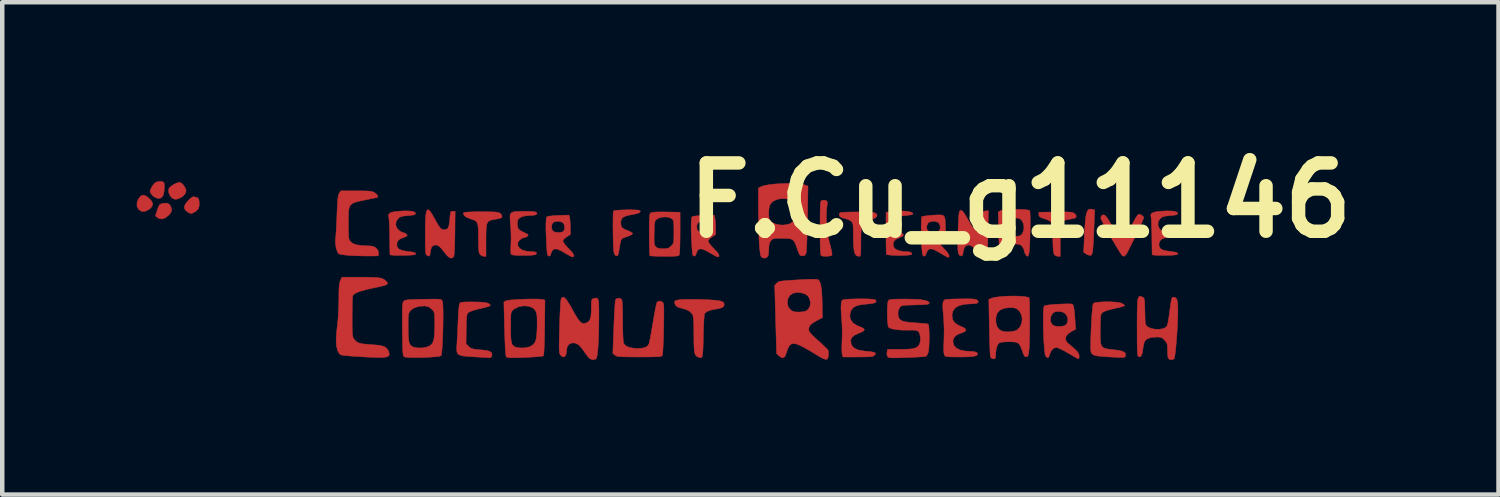
<source format=kicad_pcb>
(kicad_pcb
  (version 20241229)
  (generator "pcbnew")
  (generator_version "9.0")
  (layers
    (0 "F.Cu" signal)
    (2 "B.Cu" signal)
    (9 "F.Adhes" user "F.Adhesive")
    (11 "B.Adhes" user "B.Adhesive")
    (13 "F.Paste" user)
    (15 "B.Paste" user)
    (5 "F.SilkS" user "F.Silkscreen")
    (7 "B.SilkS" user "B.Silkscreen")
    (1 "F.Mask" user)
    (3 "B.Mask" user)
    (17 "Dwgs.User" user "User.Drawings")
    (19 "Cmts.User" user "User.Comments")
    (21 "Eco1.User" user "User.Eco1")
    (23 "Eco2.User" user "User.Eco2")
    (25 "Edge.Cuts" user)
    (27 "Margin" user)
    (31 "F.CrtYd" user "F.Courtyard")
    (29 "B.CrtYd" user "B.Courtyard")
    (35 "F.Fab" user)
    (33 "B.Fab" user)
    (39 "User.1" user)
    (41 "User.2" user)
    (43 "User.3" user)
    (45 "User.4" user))
  (footprint "F.Cu_g11146"
    (layer "F.Cu")
    (at 19.705 1.418)
    (property "Reference" "F.Cu_g11146" (at 0 0 0) (layer "F.SilkS") (effects (font (size 1.524 1.524) (thickness 0.3))))
    (attr through_hole)
    (fp_poly (pts (xy -19.504 -0.099) (xy -19.453 -0.064) (xy -19.381 0.006) (xy -19.35 0.07) (xy -19.361 0.13) (xy -19.413 0.188) (xy -19.438 0.206) (xy -19.522 0.247) (xy -19.596 0.246) (xy -19.66 0.205) (xy -19.66 0.205) (xy -19.699 0.135) (xy -19.7 0.052) (xy -19.665 -0.035) (xy -19.617 -0.096) (xy -19.565 -0.117) (xy -19.504 -0.099)) (stroke (width 0.01) (type solid)) (fill yes) (layer "F.Cu"))
    (fp_poly (pts (xy -18.969 0.097) (xy -18.935 0.167) (xy -18.931 0.183) (xy -18.928 0.23) (xy -18.945 0.272) (xy -18.988 0.325) (xy -18.99 0.326) (xy -19.067 0.39) (xy -19.143 0.416) (xy -19.213 0.403) (xy -19.239 0.387) (xy -19.289 0.346) (xy -19.251 0.231) (xy -19.226 0.156) (xy -19.203 0.111) (xy -19.175 0.085) (xy -19.133 0.071) (xy -19.105 0.064) (xy -19.026 0.062) (xy -18.969 0.097)) (stroke (width 0.01) (type solid)) (fill yes) (layer "F.Cu"))
    (fp_poly (pts (xy -18.39 -0.071) (xy -18.343 -0.053) (xy -18.321 -0.022) (xy -18.313 0.03) (xy -18.313 0.123) (xy -18.333 0.188) (xy -18.379 0.237) (xy -18.402 0.252) (xy -18.457 0.284) (xy -18.495 0.293) (xy -18.531 0.283) (xy -18.553 0.272) (xy -18.619 0.222) (xy -18.645 0.164) (xy -18.63 0.099) (xy -18.575 0.023) (xy -18.554 0.001) (xy -18.5 -0.049) (xy -18.463 -0.075) (xy -18.43 -0.08) (xy -18.39 -0.071)) (stroke (width 0.01) (type solid)) (fill yes) (layer "F.Cu"))
    (fp_poly (pts (xy -19.119 -0.412) (xy -19.1 -0.398) (xy -19.09 -0.356) (xy -19.089 -0.288) (xy -19.095 -0.211) (xy -19.108 -0.14) (xy -19.125 -0.092) (xy -19.126 -0.09) (xy -19.174 -0.05) (xy -19.237 -0.043) (xy -19.305 -0.07) (xy -19.348 -0.104) (xy -19.387 -0.151) (xy -19.408 -0.19) (xy -19.41 -0.198) (xy -19.397 -0.245) (xy -19.365 -0.306) (xy -19.324 -0.363) (xy -19.286 -0.4) (xy -19.282 -0.403) (xy -19.229 -0.419) (xy -19.168 -0.422) (xy -19.119 -0.412)) (stroke (width 0.01) (type solid)) (fill yes) (layer "F.Cu"))
    (fp_poly (pts (xy -18.708 -0.384) (xy -18.664 -0.34) (xy -18.627 -0.283) (xy -18.607 -0.227) (xy -18.605 -0.214) (xy -18.625 -0.149) (xy -18.679 -0.089) (xy -18.759 -0.044) (xy -18.76 -0.044) (xy -18.824 -0.024) (xy -18.869 -0.027) (xy -18.916 -0.053) (xy -18.917 -0.053) (xy -18.963 -0.105) (xy -18.991 -0.172) (xy -18.995 -0.239) (xy -18.982 -0.274) (xy -18.944 -0.312) (xy -18.882 -0.353) (xy -18.814 -0.386) (xy -18.756 -0.402) (xy -18.749 -0.402) (xy -18.708 -0.384)) (stroke (width 0.01) (type solid)) (fill yes) (layer "F.Cu"))
    (fp_poly (pts (xy 1.594 0.198) (xy 1.6 0.2) (xy 1.658 0.214) (xy 1.643 0.595) (xy 1.636 0.777) (xy 1.629 0.92) (xy 1.622 1.03) (xy 1.615 1.111) (xy 1.606 1.166) (xy 1.595 1.201) (xy 1.581 1.22) (xy 1.565 1.227) (xy 1.557 1.228) (xy 1.506 1.216) (xy 1.462 1.193) (xy 1.412 1.158) (xy 1.427 0.81) (xy 1.436 0.626) (xy 1.447 0.481) (xy 1.459 0.37) (xy 1.475 0.29) (xy 1.495 0.236) (xy 1.521 0.206) (xy 1.554 0.194) (xy 1.594 0.198)) (stroke (width 0.01) (type solid)) (fill yes) (layer "F.Cu"))
    (fp_poly (pts (xy -4.343 0.002) (xy -4.314 0.017) (xy -4.303 0.041) (xy -4.306 0.086) (xy -4.311 0.122) (xy -4.318 0.186) (xy -4.324 0.278) (xy -4.327 0.384) (xy -4.327 0.455) (xy -4.324 0.572) (xy -4.316 0.671) (xy -4.299 0.769) (xy -4.272 0.882) (xy -4.257 0.939) (xy -4.231 1.038) (xy -4.212 1.123) (xy -4.201 1.187) (xy -4.199 1.219) (xy -4.199 1.219) (xy -4.225 1.235) (xy -4.278 1.245) (xy -4.343 1.248) (xy -4.405 1.244) (xy -4.44 1.235) (xy -4.448 1.222) (xy -4.454 1.187) (xy -4.459 1.127) (xy -4.463 1.039) (xy -4.465 0.918) (xy -4.466 0.76) (xy -4.466 0.623) (xy -4.466 0.447) (xy -4.465 0.309) (xy -4.464 0.203) (xy -4.461 0.126) (xy -4.457 0.073) (xy -4.451 0.038) (xy -4.444 0.017) (xy -4.434 0.006) (xy -4.429 0.003) (xy -4.377 -0.005) (xy -4.343 0.002)) (stroke (width 0.01) (type solid)) (fill yes) (layer "F.Cu"))
    (fp_poly (pts (xy 1.023 0.258) (xy 1.097 0.261) (xy 1.148 0.267) (xy 1.181 0.277) (xy 1.199 0.286) (xy 1.239 0.326) (xy 1.247 0.366) (xy 1.228 0.391) (xy 1.197 0.402) (xy 1.138 0.414) (xy 1.085 0.424) (xy 1.019 0.436) (xy 0.97 0.452) (xy 0.935 0.477) (xy 0.912 0.518) (xy 0.898 0.58) (xy 0.892 0.669) (xy 0.889 0.791) (xy 0.889 0.891) (xy 0.889 1.249) (xy 0.839 1.249) (xy 0.787 1.235) (xy 0.759 1.214) (xy 0.747 1.185) (xy 0.737 1.13) (xy 0.73 1.045) (xy 0.725 0.924) (xy 0.724 0.845) (xy 0.72 0.711) (xy 0.715 0.612) (xy 0.705 0.541) (xy 0.687 0.493) (xy 0.658 0.461) (xy 0.616 0.438) (xy 0.556 0.416) (xy 0.527 0.407) (xy 0.461 0.383) (xy 0.426 0.361) (xy 0.414 0.334) (xy 0.413 0.318) (xy 0.413 0.265) (xy 0.781 0.259) (xy 0.92 0.257) (xy 1.023 0.258)) (stroke (width 0.01) (type solid)) (fill yes) (layer "F.Cu"))
    (fp_poly (pts (xy -11.885 0.255) (xy -11.78 0.257) (xy -11.704 0.261) (xy -11.653 0.268) (xy -11.62 0.278) (xy -11.604 0.287) (xy -11.566 0.328) (xy -11.559 0.368) (xy -11.578 0.391) (xy -11.609 0.402) (xy -11.667 0.414) (xy -11.721 0.424) (xy -11.787 0.436) (xy -11.836 0.452) (xy -11.871 0.477) (xy -11.894 0.518) (xy -11.908 0.58) (xy -11.914 0.669) (xy -11.917 0.791) (xy -11.917 0.891) (xy -11.917 1.249) (xy -11.969 1.249) (xy -12.021 1.231) (xy -12.053 1.202) (xy -12.067 1.174) (xy -12.076 1.131) (xy -12.082 1.066) (xy -12.085 0.972) (xy -12.086 0.843) (xy -12.086 0.838) (xy -12.087 0.704) (xy -12.091 0.605) (xy -12.101 0.536) (xy -12.12 0.488) (xy -12.152 0.456) (xy -12.198 0.434) (xy -12.262 0.413) (xy -12.27 0.411) (xy -12.349 0.379) (xy -12.401 0.34) (xy -12.421 0.298) (xy -12.414 0.275) (xy -12.389 0.267) (xy -12.327 0.261) (xy -12.233 0.257) (xy -12.112 0.254) (xy -12.026 0.254) (xy -11.885 0.255)) (stroke (width 0.01) (type solid)) (fill yes) (layer "F.Cu"))
    (fp_poly (pts (xy 2.671 0.314) (xy 2.715 0.337) (xy 2.747 0.369) (xy 2.752 0.385) (xy 2.743 0.413) (xy 2.718 0.471) (xy 2.681 0.553) (xy 2.635 0.652) (xy 2.584 0.76) (xy 2.531 0.87) (xy 2.479 0.976) (xy 2.431 1.071) (xy 2.392 1.147) (xy 2.364 1.197) (xy 2.354 1.212) (xy 2.321 1.243) (xy 2.292 1.244) (xy 2.273 1.233) (xy 2.254 1.209) (xy 2.218 1.154) (xy 2.17 1.076) (xy 2.113 0.981) (xy 2.051 0.875) (xy 1.988 0.765) (xy 1.928 0.659) (xy 1.875 0.562) (xy 1.832 0.481) (xy 1.803 0.424) (xy 1.793 0.397) (xy 1.805 0.352) (xy 1.824 0.332) (xy 1.852 0.322) (xy 1.88 0.33) (xy 1.913 0.361) (xy 1.956 0.421) (xy 2.012 0.513) (xy 2.024 0.533) (xy 2.097 0.653) (xy 2.155 0.737) (xy 2.203 0.792) (xy 2.245 0.819) (xy 2.274 0.826) (xy 2.306 0.821) (xy 2.336 0.803) (xy 2.368 0.767) (xy 2.406 0.706) (xy 2.454 0.617) (xy 2.494 0.537) (xy 2.54 0.45) (xy 2.581 0.378) (xy 2.614 0.329) (xy 2.632 0.311) (xy 2.671 0.314)) (stroke (width 0.01) (type solid)) (fill yes) (layer "F.Cu"))
    (fp_poly (pts (xy -8.623 0.212) (xy -8.547 0.215) (xy -8.496 0.222) (xy -8.48 0.229) (xy -8.477 0.257) (xy -8.508 0.28) (xy -8.576 0.302) (xy -8.666 0.319) (xy -8.774 0.341) (xy -8.847 0.369) (xy -8.889 0.408) (xy -8.908 0.462) (xy -8.911 0.505) (xy -8.904 0.567) (xy -8.878 0.612) (xy -8.825 0.647) (xy -8.744 0.679) (xy -8.688 0.704) (xy -8.652 0.73) (xy -8.647 0.742) (xy -8.666 0.764) (xy -8.716 0.789) (xy -8.757 0.803) (xy -8.824 0.826) (xy -8.876 0.85) (xy -8.893 0.862) (xy -8.908 0.894) (xy -8.924 0.957) (xy -8.938 1.038) (xy -8.941 1.062) (xy -8.957 1.159) (xy -8.974 1.218) (xy -8.996 1.241) (xy -9.023 1.232) (xy -9.043 1.212) (xy -9.055 1.193) (xy -9.063 1.161) (xy -9.07 1.111) (xy -9.075 1.038) (xy -9.079 0.935) (xy -9.082 0.798) (xy -9.083 0.72) (xy -9.085 0.584) (xy -9.084 0.462) (xy -9.083 0.36) (xy -9.079 0.285) (xy -9.075 0.244) (xy -9.073 0.238) (xy -9.048 0.229) (xy -8.989 0.221) (xy -8.908 0.215) (xy -8.813 0.212) (xy -8.715 0.21) (xy -8.623 0.212)) (stroke (width 0.01) (type solid)) (fill yes) (layer "F.Cu"))
    (fp_poly (pts (xy -3.426 0.26) (xy -3.334 0.264) (xy -3.272 0.27) (xy -3.252 0.274) (xy -3.206 0.304) (xy -3.195 0.341) (xy -3.216 0.377) (xy -3.263 0.407) (xy -3.331 0.422) (xy -3.355 0.423) (xy -3.438 0.439) (xy -3.504 0.482) (xy -3.533 0.522) (xy -3.542 0.564) (xy -3.549 0.642) (xy -3.554 0.75) (xy -3.556 0.881) (xy -3.556 0.911) (xy -3.556 1.038) (xy -3.558 1.129) (xy -3.561 1.189) (xy -3.567 1.225) (xy -3.576 1.243) (xy -3.589 1.248) (xy -3.593 1.249) (xy -3.641 1.239) (xy -3.657 1.231) (xy -3.684 1.198) (xy -3.704 1.135) (xy -3.717 1.04) (xy -3.724 0.909) (xy -3.725 0.789) (xy -3.726 0.675) (xy -3.728 0.595) (xy -3.733 0.541) (xy -3.742 0.507) (xy -3.756 0.483) (xy -3.771 0.467) (xy -3.825 0.433) (xy -3.89 0.411) (xy -3.893 0.41) (xy -3.978 0.389) (xy -4.025 0.361) (xy -4.04 0.323) (xy -4.039 0.311) (xy -4.035 0.294) (xy -4.025 0.282) (xy -4.003 0.273) (xy -3.962 0.267) (xy -3.897 0.264) (xy -3.802 0.261) (xy -3.67 0.259) (xy -3.67 0.259) (xy -3.541 0.258) (xy -3.426 0.26)) (stroke (width 0.01) (type solid)) (fill yes) (layer "F.Cu"))
    (fp_poly (pts (xy -2.562 0.241) (xy -2.482 0.252) (xy -2.424 0.268) (xy -2.395 0.289) (xy -2.4 0.312) (xy -2.427 0.321) (xy -2.486 0.33) (xy -2.564 0.338) (xy -2.587 0.34) (xy -2.675 0.348) (xy -2.732 0.359) (xy -2.77 0.375) (xy -2.8 0.402) (xy -2.808 0.41) (xy -2.849 0.485) (xy -2.852 0.562) (xy -2.82 0.633) (xy -2.758 0.69) (xy -2.687 0.72) (xy -2.626 0.745) (xy -2.607 0.773) (xy -2.629 0.803) (xy -2.683 0.827) (xy -2.774 0.869) (xy -2.826 0.924) (xy -2.838 0.992) (xy -2.815 1.059) (xy -2.775 1.094) (xy -2.704 1.123) (xy -2.614 1.14) (xy -2.551 1.143) (xy -2.476 1.15) (xy -2.43 1.168) (xy -2.418 1.195) (xy -2.422 1.204) (xy -2.449 1.215) (xy -2.507 1.222) (xy -2.587 1.227) (xy -2.679 1.229) (xy -2.774 1.228) (xy -2.862 1.224) (xy -2.933 1.218) (xy -2.978 1.208) (xy -2.988 1.201) (xy -2.99 1.173) (xy -2.992 1.109) (xy -2.994 1.016) (xy -2.995 0.9) (xy -2.995 0.769) (xy -2.995 0.72) (xy -2.995 0.265) (xy -2.868 0.248) (xy -2.762 0.238) (xy -2.658 0.236) (xy -2.562 0.241)) (stroke (width 0.01) (type solid)) (fill yes) (layer "F.Cu"))
    (fp_poly (pts (xy -13.195 0.213) (xy -13.161 0.248) (xy -13.117 0.313) (xy -13.07 0.397) (xy -13.012 0.502) (xy -12.968 0.574) (xy -12.933 0.62) (xy -12.901 0.645) (xy -12.868 0.655) (xy -12.847 0.656) (xy -12.799 0.648) (xy -12.766 0.621) (xy -12.744 0.568) (xy -12.729 0.482) (xy -12.724 0.418) (xy -12.717 0.332) (xy -12.709 0.281) (xy -12.698 0.254) (xy -12.679 0.245) (xy -12.658 0.243) (xy -12.605 0.243) (xy -12.61 0.738) (xy -12.613 0.927) (xy -12.617 1.074) (xy -12.624 1.179) (xy -12.632 1.242) (xy -12.639 1.262) (xy -12.683 1.289) (xy -12.735 1.276) (xy -12.792 1.224) (xy -12.8 1.214) (xy -12.872 1.122) (xy -12.926 1.059) (xy -12.968 1.02) (xy -13.002 1.001) (xy -13.035 0.995) (xy -13.038 0.995) (xy -13.092 1.005) (xy -13.128 1.039) (xy -13.15 1.104) (xy -13.158 1.15) (xy -13.167 1.213) (xy -13.178 1.241) (xy -13.198 1.243) (xy -13.231 1.227) (xy -13.244 1.217) (xy -13.254 1.202) (xy -13.262 1.174) (xy -13.266 1.129) (xy -13.269 1.061) (xy -13.271 0.965) (xy -13.271 0.835) (xy -13.271 0.749) (xy -13.27 0.563) (xy -13.265 0.418) (xy -13.257 0.312) (xy -13.243 0.244) (xy -13.222 0.211) (xy -13.195 0.213)) (stroke (width 0.01) (type solid)) (fill yes) (layer "F.Cu"))
    (fp_poly (pts (xy -7.225 2.209) (xy -7.101 2.212) (xy -6.941 2.219) (xy -6.819 2.226) (xy -6.729 2.237) (xy -6.668 2.251) (xy -6.629 2.269) (xy -6.61 2.294) (xy -6.604 2.326) (xy -6.604 2.328) (xy -6.617 2.367) (xy -6.658 2.395) (xy -6.734 2.416) (xy -6.796 2.425) (xy -6.904 2.447) (xy -6.988 2.48) (xy -7.039 2.52) (xy -7.042 2.524) (xy -7.047 2.552) (xy -7.053 2.616) (xy -7.059 2.71) (xy -7.064 2.826) (xy -7.068 2.959) (xy -7.07 3.027) (xy -7.073 3.186) (xy -7.077 3.308) (xy -7.083 3.397) (xy -7.091 3.457) (xy -7.102 3.492) (xy -7.119 3.509) (xy -7.141 3.51) (xy -7.171 3.5) (xy -7.19 3.493) (xy -7.22 3.476) (xy -7.243 3.452) (xy -7.26 3.415) (xy -7.27 3.358) (xy -7.277 3.276) (xy -7.28 3.164) (xy -7.281 3.016) (xy -7.281 2.995) (xy -7.282 2.844) (xy -7.285 2.73) (xy -7.29 2.647) (xy -7.297 2.589) (xy -7.308 2.551) (xy -7.312 2.542) (xy -7.366 2.481) (xy -7.453 2.433) (xy -7.558 2.405) (xy -7.644 2.379) (xy -7.694 2.335) (xy -7.71 2.287) (xy -7.709 2.255) (xy -7.691 2.236) (xy -7.646 2.224) (xy -7.609 2.217) (xy -7.554 2.212) (xy -7.466 2.209) (xy -7.353 2.208) (xy -7.225 2.209)) (stroke (width 0.01) (type solid)) (fill yes) (layer "F.Cu"))
    (fp_poly (pts (xy -1.298 0.234) (xy -1.264 0.271) (xy -1.22 0.339) (xy -1.165 0.434) (xy -1.113 0.526) (xy -1.074 0.588) (xy -1.045 0.625) (xy -1.018 0.644) (xy -0.989 0.651) (xy -0.983 0.652) (xy -0.925 0.648) (xy -0.885 0.622) (xy -0.86 0.566) (xy -0.846 0.477) (xy -0.842 0.412) (xy -0.839 0.328) (xy -0.833 0.278) (xy -0.822 0.252) (xy -0.803 0.241) (xy -0.775 0.236) (xy -0.714 0.23) (xy -0.723 0.741) (xy -0.727 0.906) (xy -0.73 1.034) (xy -0.735 1.129) (xy -0.74 1.196) (xy -0.747 1.239) (xy -0.756 1.263) (xy -0.763 1.271) (xy -0.812 1.289) (xy -0.864 1.274) (xy -0.871 1.269) (xy -0.902 1.24) (xy -0.941 1.188) (xy -0.961 1.155) (xy -1.026 1.067) (xy -1.092 1.014) (xy -1.155 0.994) (xy -1.21 1.009) (xy -1.251 1.059) (xy -1.273 1.142) (xy -1.274 1.152) (xy -1.287 1.217) (xy -1.313 1.243) (xy -1.35 1.228) (xy -1.363 1.217) (xy -1.377 1.195) (xy -1.387 1.159) (xy -1.393 1.103) (xy -1.395 1.018) (xy -1.395 0.914) (xy -1.392 0.785) (xy -1.388 0.645) (xy -1.383 0.515) (xy -1.379 0.434) (xy -1.372 0.337) (xy -1.365 0.275) (xy -1.355 0.241) (xy -1.342 0.225) (xy -1.324 0.222) (xy -1.298 0.234)) (stroke (width 0.01) (type solid)) (fill yes) (layer "F.Cu"))
    (fp_poly (pts (xy -13.616 0.238) (xy -13.538 0.25) (xy -13.495 0.271) (xy -13.487 0.293) (xy -13.5 0.312) (xy -13.532 0.325) (xy -13.594 0.334) (xy -13.657 0.34) (xy -13.748 0.349) (xy -13.809 0.362) (xy -13.851 0.383) (xy -13.874 0.402) (xy -13.92 0.47) (xy -13.929 0.548) (xy -13.901 0.622) (xy -13.863 0.665) (xy -13.812 0.7) (xy -13.768 0.719) (xy -13.761 0.72) (xy -13.718 0.733) (xy -13.683 0.763) (xy -13.674 0.786) (xy -13.692 0.801) (xy -13.737 0.821) (xy -13.753 0.827) (xy -13.839 0.863) (xy -13.888 0.91) (xy -13.906 0.972) (xy -13.906 0.987) (xy -13.895 1.045) (xy -13.858 1.087) (xy -13.79 1.117) (xy -13.687 1.136) (xy -13.655 1.14) (xy -13.565 1.151) (xy -13.511 1.163) (xy -13.488 1.178) (xy -13.489 1.198) (xy -13.493 1.205) (xy -13.517 1.213) (xy -13.574 1.22) (xy -13.652 1.224) (xy -13.744 1.227) (xy -13.838 1.228) (xy -13.926 1.227) (xy -13.998 1.223) (xy -14.045 1.218) (xy -14.057 1.212) (xy -14.059 1.186) (xy -14.06 1.126) (xy -14.062 1.037) (xy -14.063 0.927) (xy -14.065 0.815) (xy -14.067 0.689) (xy -14.07 0.574) (xy -14.075 0.479) (xy -14.08 0.411) (xy -14.084 0.381) (xy -14.09 0.329) (xy -14.072 0.292) (xy -14.025 0.267) (xy -13.943 0.25) (xy -13.861 0.242) (xy -13.725 0.235) (xy -13.616 0.238)) (stroke (width 0.01) (type solid)) (fill yes) (layer "F.Cu"))
    (fp_poly (pts (xy -12.063 2.268) (xy -11.956 2.276) (xy -11.883 2.29) (xy -11.838 2.312) (xy -11.817 2.34) (xy -11.834 2.355) (xy -11.885 2.374) (xy -11.966 2.396) (xy -12.027 2.41) (xy -12.124 2.433) (xy -12.21 2.458) (xy -12.274 2.482) (xy -12.298 2.495) (xy -12.318 2.511) (xy -12.332 2.53) (xy -12.342 2.558) (xy -12.348 2.603) (xy -12.352 2.671) (xy -12.355 2.769) (xy -12.357 2.866) (xy -12.362 3.198) (xy -12.303 3.257) (xy -12.27 3.287) (xy -12.233 3.306) (xy -12.181 3.318) (xy -12.104 3.328) (xy -12.055 3.332) (xy -11.945 3.343) (xy -11.869 3.356) (xy -11.822 3.374) (xy -11.795 3.4) (xy -11.784 3.427) (xy -11.787 3.473) (xy -11.814 3.505) (xy -11.842 3.511) (xy -11.87 3.508) (xy -11.932 3.504) (xy -12.021 3.499) (xy -12.127 3.493) (xy -12.181 3.49) (xy -12.321 3.481) (xy -12.424 3.471) (xy -12.494 3.454) (xy -12.539 3.428) (xy -12.563 3.387) (xy -12.571 3.327) (xy -12.568 3.244) (xy -12.564 3.186) (xy -12.559 3.093) (xy -12.552 2.972) (xy -12.546 2.837) (xy -12.54 2.702) (xy -12.538 2.667) (xy -12.533 2.551) (xy -12.526 2.448) (xy -12.518 2.366) (xy -12.51 2.314) (xy -12.506 2.302) (xy -12.494 2.287) (xy -12.47 2.276) (xy -12.428 2.27) (xy -12.361 2.266) (xy -12.262 2.265) (xy -12.207 2.265) (xy -12.063 2.268)) (stroke (width 0.01) (type solid)) (fill yes) (layer "F.Cu"))
    (fp_poly (pts (xy -10.949 0.246) (xy -10.863 0.251) (xy -10.811 0.26) (xy -10.791 0.271) (xy -10.778 0.3) (xy -10.805 0.322) (xy -10.87 0.335) (xy -10.95 0.338) (xy -11.054 0.348) (xy -11.138 0.374) (xy -11.193 0.413) (xy -11.205 0.435) (xy -11.217 0.498) (xy -11.215 0.57) (xy -11.199 0.628) (xy -11.192 0.641) (xy -11.158 0.669) (xy -11.1 0.702) (xy -11.063 0.719) (xy -11.004 0.746) (xy -10.978 0.767) (xy -10.98 0.786) (xy -10.986 0.794) (xy -11.022 0.821) (xy -11.042 0.826) (xy -11.103 0.841) (xy -11.162 0.88) (xy -11.201 0.93) (xy -11.206 0.943) (xy -11.205 1.013) (xy -11.166 1.07) (xy -11.096 1.113) (xy -10.997 1.138) (xy -10.918 1.143) (xy -10.835 1.148) (xy -10.793 1.164) (xy -10.792 1.191) (xy -10.797 1.198) (xy -10.82 1.212) (xy -10.866 1.22) (xy -10.941 1.226) (xy -11.051 1.228) (xy -11.084 1.228) (xy -11.196 1.227) (xy -11.273 1.224) (xy -11.321 1.218) (xy -11.348 1.208) (xy -11.36 1.194) (xy -11.36 1.194) (xy -11.364 1.159) (xy -11.365 1.093) (xy -11.362 1.008) (xy -11.36 0.967) (xy -11.357 0.857) (xy -11.359 0.727) (xy -11.365 0.598) (xy -11.37 0.543) (xy -11.38 0.431) (xy -11.382 0.351) (xy -11.37 0.298) (xy -11.338 0.267) (xy -11.28 0.252) (xy -11.191 0.246) (xy -11.072 0.245) (xy -10.949 0.246)) (stroke (width 0.01) (type solid)) (fill yes) (layer "F.Cu"))
    (fp_poly (pts (xy 3.381 0.238) (xy 3.459 0.25) (xy 3.502 0.271) (xy 3.509 0.293) (xy 3.497 0.312) (xy 3.464 0.325) (xy 3.403 0.334) (xy 3.339 0.34) (xy 3.249 0.349) (xy 3.188 0.362) (xy 3.146 0.383) (xy 3.123 0.402) (xy 3.076 0.47) (xy 3.068 0.548) (xy 3.096 0.622) (xy 3.134 0.665) (xy 3.185 0.7) (xy 3.228 0.719) (xy 3.236 0.72) (xy 3.279 0.733) (xy 3.314 0.763) (xy 3.323 0.786) (xy 3.305 0.801) (xy 3.26 0.821) (xy 3.244 0.827) (xy 3.158 0.863) (xy 3.109 0.91) (xy 3.091 0.972) (xy 3.09 0.987) (xy 3.102 1.045) (xy 3.139 1.087) (xy 3.206 1.117) (xy 3.31 1.136) (xy 3.342 1.14) (xy 3.432 1.151) (xy 3.485 1.163) (xy 3.509 1.178) (xy 3.508 1.198) (xy 3.504 1.205) (xy 3.479 1.213) (xy 3.423 1.22) (xy 3.344 1.224) (xy 3.253 1.227) (xy 3.159 1.228) (xy 3.071 1.227) (xy 2.999 1.223) (xy 2.952 1.218) (xy 2.94 1.212) (xy 2.938 1.187) (xy 2.937 1.126) (xy 2.936 1.037) (xy 2.934 0.926) (xy 2.933 0.804) (xy 2.931 0.677) (xy 2.927 0.562) (xy 2.923 0.468) (xy 2.919 0.4) (xy 2.914 0.369) (xy 2.908 0.322) (xy 2.93 0.288) (xy 2.983 0.264) (xy 3.071 0.248) (xy 3.136 0.242) (xy 3.272 0.235) (xy 3.381 0.238)) (stroke (width 0.01) (type solid)) (fill yes) (layer "F.Cu"))
    (fp_poly (pts (xy -10.052 0.381) (xy -10.045 0.428) (xy -10.039 0.502) (xy -10.035 0.588) (xy -10.035 0.598) (xy -10.033 0.761) (xy -10.118 0.815) (xy -10.173 0.859) (xy -10.201 0.9) (xy -10.202 0.909) (xy -10.188 0.942) (xy -10.15 0.993) (xy -10.094 1.055) (xy -10.073 1.077) (xy -10.001 1.153) (xy -9.963 1.208) (xy -9.957 1.244) (xy -9.981 1.263) (xy -10.007 1.255) (xy -10.059 1.229) (xy -10.128 1.191) (xy -10.155 1.174) (xy -10.26 1.115) (xy -10.339 1.085) (xy -10.396 1.085) (xy -10.436 1.114) (xy -10.463 1.173) (xy -10.468 1.192) (xy -10.49 1.237) (xy -10.517 1.244) (xy -10.533 1.234) (xy -10.545 1.206) (xy -10.554 1.153) (xy -10.562 1.067) (xy -10.565 1.016) (xy -10.575 0.816) (xy -10.58 0.65) (xy -10.58 0.593) (xy -10.456 0.593) (xy -10.445 0.649) (xy -10.423 0.686) (xy -10.375 0.71) (xy -10.306 0.719) (xy -10.236 0.711) (xy -10.201 0.698) (xy -10.17 0.66) (xy -10.16 0.602) (xy -10.173 0.541) (xy -10.195 0.504) (xy -10.245 0.476) (xy -10.314 0.466) (xy -10.381 0.476) (xy -10.423 0.499) (xy -10.448 0.544) (xy -10.456 0.593) (xy -10.58 0.593) (xy -10.58 0.52) (xy -10.574 0.428) (xy -10.564 0.375) (xy -10.557 0.365) (xy -10.526 0.355) (xy -10.462 0.347) (xy -10.377 0.339) (xy -10.299 0.336) (xy -10.067 0.328) (xy -10.052 0.381)) (stroke (width 0.01) (type solid)) (fill yes) (layer "F.Cu"))
    (fp_poly (pts (xy -6.814 0.381) (xy -6.806 0.428) (xy -6.8 0.502) (xy -6.797 0.588) (xy -6.797 0.598) (xy -6.795 0.761) (xy -6.879 0.815) (xy -6.935 0.859) (xy -6.962 0.9) (xy -6.964 0.909) (xy -6.949 0.942) (xy -6.911 0.993) (xy -6.856 1.055) (xy -6.835 1.077) (xy -6.763 1.153) (xy -6.724 1.208) (xy -6.719 1.244) (xy -6.743 1.263) (xy -6.769 1.255) (xy -6.821 1.229) (xy -6.889 1.191) (xy -6.917 1.174) (xy -7.022 1.115) (xy -7.101 1.085) (xy -7.157 1.085) (xy -7.197 1.114) (xy -7.224 1.173) (xy -7.229 1.192) (xy -7.252 1.237) (xy -7.279 1.244) (xy -7.295 1.234) (xy -7.307 1.206) (xy -7.316 1.153) (xy -7.323 1.067) (xy -7.326 1.016) (xy -7.337 0.816) (xy -7.342 0.65) (xy -7.342 0.593) (xy -7.218 0.593) (xy -7.207 0.649) (xy -7.185 0.686) (xy -7.136 0.71) (xy -7.067 0.719) (xy -6.997 0.711) (xy -6.962 0.698) (xy -6.931 0.66) (xy -6.922 0.602) (xy -6.934 0.541) (xy -6.957 0.504) (xy -7.007 0.476) (xy -7.075 0.466) (xy -7.143 0.476) (xy -7.185 0.499) (xy -7.209 0.544) (xy -7.218 0.593) (xy -7.342 0.593) (xy -7.341 0.52) (xy -7.336 0.428) (xy -7.325 0.375) (xy -7.318 0.365) (xy -7.287 0.355) (xy -7.224 0.347) (xy -7.138 0.339) (xy -7.06 0.336) (xy -6.829 0.328) (xy -6.814 0.381)) (stroke (width 0.01) (type solid)) (fill yes) (layer "F.Cu"))
    (fp_poly (pts (xy -3.463 2.197) (xy -3.367 2.2) (xy -3.291 2.205) (xy -3.244 2.213) (xy -3.235 2.218) (xy -3.214 2.251) (xy -3.229 2.277) (xy -3.282 2.296) (xy -3.374 2.309) (xy -3.425 2.313) (xy -3.556 2.327) (xy -3.652 2.35) (xy -3.719 2.385) (xy -3.764 2.436) (xy -3.782 2.471) (xy -3.804 2.57) (xy -3.787 2.659) (xy -3.731 2.735) (xy -3.639 2.795) (xy -3.584 2.816) (xy -3.511 2.847) (xy -3.479 2.876) (xy -3.489 2.906) (xy -3.541 2.938) (xy -3.598 2.961) (xy -3.697 3.006) (xy -3.758 3.057) (xy -3.783 3.118) (xy -3.776 3.191) (xy -3.748 3.256) (xy -3.695 3.303) (xy -3.613 3.337) (xy -3.497 3.358) (xy -3.443 3.364) (xy -3.338 3.375) (xy -3.271 3.387) (xy -3.237 3.402) (xy -3.23 3.421) (xy -3.248 3.448) (xy -3.251 3.452) (xy -3.268 3.468) (xy -3.293 3.478) (xy -3.332 3.486) (xy -3.392 3.49) (xy -3.48 3.492) (xy -3.603 3.492) (xy -3.621 3.493) (xy -3.955 3.493) (xy -3.972 3.44) (xy -3.978 3.398) (xy -3.981 3.325) (xy -3.98 3.231) (xy -3.977 3.138) (xy -3.973 3.015) (xy -3.973 2.883) (xy -3.977 2.761) (xy -3.982 2.699) (xy -3.995 2.522) (xy -4 2.387) (xy -3.994 2.291) (xy -3.98 2.236) (xy -3.971 2.224) (xy -3.939 2.215) (xy -3.874 2.207) (xy -3.785 2.201) (xy -3.681 2.198) (xy -3.571 2.196) (xy -3.463 2.197)) (stroke (width 0.01) (type solid)) (fill yes) (layer "F.Cu"))
    (fp_poly (pts (xy 2.025 2.264) (xy 2.123 2.27) (xy 2.205 2.28) (xy 2.26 2.295) (xy 2.266 2.297) (xy 2.308 2.324) (xy 2.328 2.345) (xy 2.328 2.346) (xy 2.309 2.357) (xy 2.257 2.374) (xy 2.18 2.394) (xy 2.112 2.409) (xy 2.015 2.432) (xy 1.929 2.457) (xy 1.865 2.481) (xy 1.842 2.494) (xy 1.822 2.511) (xy 1.807 2.53) (xy 1.797 2.559) (xy 1.791 2.604) (xy 1.787 2.673) (xy 1.784 2.772) (xy 1.783 2.86) (xy 1.781 3.001) (xy 1.784 3.106) (xy 1.791 3.181) (xy 1.805 3.232) (xy 1.826 3.267) (xy 1.856 3.29) (xy 1.872 3.297) (xy 1.914 3.309) (xy 1.985 3.321) (xy 2.072 3.331) (xy 2.101 3.334) (xy 2.217 3.349) (xy 2.294 3.372) (xy 2.337 3.405) (xy 2.348 3.45) (xy 2.346 3.464) (xy 2.341 3.482) (xy 2.33 3.494) (xy 2.308 3.501) (xy 2.268 3.504) (xy 2.205 3.504) (xy 2.112 3.499) (xy 1.985 3.492) (xy 1.947 3.49) (xy 1.812 3.481) (xy 1.713 3.47) (xy 1.645 3.453) (xy 1.602 3.428) (xy 1.578 3.39) (xy 1.569 3.337) (xy 1.568 3.265) (xy 1.568 3.263) (xy 1.571 3.084) (xy 1.577 2.911) (xy 1.584 2.749) (xy 1.592 2.604) (xy 1.601 2.481) (xy 1.611 2.385) (xy 1.62 2.322) (xy 1.628 2.298) (xy 1.662 2.283) (xy 1.729 2.272) (xy 1.818 2.265) (xy 1.92 2.262) (xy 2.025 2.264)) (stroke (width 0.01) (type solid)) (fill yes) (layer "F.Cu"))
    (fp_poly (pts (xy -1.095 2.198) (xy -1.033 2.202) (xy -0.992 2.209) (xy -0.968 2.221) (xy -0.96 2.227) (xy -0.937 2.264) (xy -0.954 2.29) (xy -1.012 2.304) (xy -1.08 2.307) (xy -1.239 2.317) (xy -1.362 2.346) (xy -1.45 2.395) (xy -1.503 2.466) (xy -1.524 2.558) (xy -1.524 2.572) (xy -1.509 2.663) (xy -1.46 2.735) (xy -1.376 2.79) (xy -1.323 2.811) (xy -1.248 2.846) (xy -1.215 2.881) (xy -1.224 2.914) (xy -1.275 2.945) (xy -1.314 2.957) (xy -1.412 2.996) (xy -1.473 3.049) (xy -1.501 3.119) (xy -1.503 3.151) (xy -1.484 3.232) (xy -1.428 3.295) (xy -1.338 3.339) (xy -1.217 3.362) (xy -1.143 3.366) (xy -1.041 3.372) (xy -0.977 3.389) (xy -0.953 3.417) (xy -0.953 3.42) (xy -0.961 3.446) (xy -0.99 3.466) (xy -1.045 3.479) (xy -1.129 3.488) (xy -1.247 3.492) (xy -1.353 3.493) (xy -1.475 3.492) (xy -1.562 3.491) (xy -1.62 3.487) (xy -1.657 3.48) (xy -1.678 3.47) (xy -1.691 3.455) (xy -1.695 3.448) (xy -1.705 3.407) (xy -1.71 3.334) (xy -1.708 3.224) (xy -1.704 3.122) (xy -1.699 2.869) (xy -1.711 2.624) (xy -1.714 2.584) (xy -1.726 2.45) (xy -1.73 2.353) (xy -1.726 2.285) (xy -1.712 2.243) (xy -1.689 2.219) (xy -1.675 2.213) (xy -1.641 2.208) (xy -1.572 2.204) (xy -1.479 2.2) (xy -1.369 2.198) (xy -1.314 2.197) (xy -1.187 2.196) (xy -1.095 2.198)) (stroke (width 0.01) (type solid)) (fill yes) (layer "F.Cu"))
    (fp_poly (pts (xy -1.759 0.326) (xy -1.713 0.342) (xy -1.688 0.378) (xy -1.677 0.439) (xy -1.673 0.533) (xy -1.672 0.561) (xy -1.67 0.656) (xy -1.67 0.718) (xy -1.676 0.756) (xy -1.69 0.779) (xy -1.715 0.797) (xy -1.744 0.812) (xy -1.802 0.85) (xy -1.827 0.89) (xy -1.819 0.936) (xy -1.778 0.996) (xy -1.714 1.064) (xy -1.647 1.136) (xy -1.604 1.197) (xy -1.586 1.242) (xy -1.596 1.266) (xy -1.614 1.268) (xy -1.643 1.257) (xy -1.698 1.228) (xy -1.767 1.187) (xy -1.789 1.174) (xy -1.891 1.115) (xy -1.968 1.085) (xy -2.025 1.084) (xy -2.065 1.112) (xy -2.094 1.17) (xy -2.096 1.177) (xy -2.12 1.232) (xy -2.144 1.247) (xy -2.173 1.225) (xy -2.175 1.222) (xy -2.184 1.191) (xy -2.192 1.127) (xy -2.199 1.037) (xy -2.204 0.93) (xy -2.208 0.813) (xy -2.21 0.695) (xy -2.211 0.584) (xy -2.211 0.583) (xy -2.092 0.583) (xy -2.084 0.645) (xy -2.043 0.693) (xy -1.971 0.718) (xy -1.939 0.72) (xy -1.859 0.709) (xy -1.811 0.679) (xy -1.787 0.625) (xy -1.79 0.561) (xy -1.818 0.506) (xy -1.842 0.487) (xy -1.911 0.466) (xy -1.984 0.469) (xy -2.043 0.493) (xy -2.063 0.513) (xy -2.092 0.583) (xy -2.211 0.583) (xy -2.209 0.488) (xy -2.205 0.414) (xy -2.199 0.371) (xy -2.195 0.364) (xy -2.164 0.355) (xy -2.101 0.345) (xy -2.016 0.336) (xy -1.943 0.33) (xy -1.833 0.324) (xy -1.759 0.326)) (stroke (width 0.01) (type solid)) (fill yes) (layer "F.Cu"))
    (fp_poly (pts (xy -14.811 -0.212) (xy -14.68 -0.211) (xy -14.584 -0.209) (xy -14.515 -0.205) (xy -14.466 -0.197) (xy -14.431 -0.186) (xy -14.4 -0.171) (xy -14.399 -0.17) (xy -14.354 -0.134) (xy -14.331 -0.101) (xy -14.33 -0.096) (xy -14.334 -0.067) (xy -14.338 -0.064) (xy -14.36 -0.06) (xy -14.416 -0.049) (xy -14.497 -0.032) (xy -14.595 -0.013) (xy -14.605 -0.011) (xy -14.732 0.016) (xy -14.826 0.039) (xy -14.894 0.067) (xy -14.939 0.105) (xy -14.967 0.16) (xy -14.981 0.237) (xy -14.985 0.343) (xy -14.986 0.484) (xy -14.986 0.511) (xy -14.986 0.642) (xy -14.984 0.737) (xy -14.981 0.804) (xy -14.975 0.85) (xy -14.965 0.881) (xy -14.951 0.905) (xy -14.937 0.922) (xy -14.883 0.964) (xy -14.802 0.992) (xy -14.688 1.009) (xy -14.55 1.015) (xy -14.471 1.019) (xy -14.418 1.032) (xy -14.376 1.058) (xy -14.363 1.069) (xy -14.32 1.125) (xy -14.313 1.18) (xy -14.319 1.238) (xy -14.52 1.241) (xy -14.635 1.24) (xy -14.769 1.237) (xy -14.9 1.232) (xy -14.947 1.229) (xy -15.052 1.22) (xy -15.137 1.208) (xy -15.191 1.195) (xy -15.205 1.188) (xy -15.23 1.149) (xy -15.252 1.083) (xy -15.269 1.004) (xy -15.277 0.928) (xy -15.273 0.871) (xy -15.269 0.834) (xy -15.263 0.761) (xy -15.257 0.661) (xy -15.251 0.539) (xy -15.244 0.404) (xy -15.242 0.355) (xy -15.236 0.196) (xy -15.229 0.073) (xy -15.222 -0.017) (xy -15.213 -0.082) (xy -15.204 -0.126) (xy -15.192 -0.154) (xy -15.189 -0.158) (xy -15.154 -0.212) (xy -14.811 -0.212)) (stroke (width 0.01) (type solid)) (fill yes) (layer "F.Cu"))
    (fp_poly (pts (xy -10.15 2.185) (xy -10.104 2.244) (xy -10.046 2.338) (xy -9.992 2.434) (xy -9.922 2.558) (xy -9.866 2.647) (xy -9.819 2.706) (xy -9.777 2.738) (xy -9.735 2.747) (xy -9.69 2.737) (xy -9.679 2.733) (xy -9.632 2.705) (xy -9.599 2.663) (xy -9.579 2.599) (xy -9.57 2.507) (xy -9.567 2.402) (xy -9.567 2.309) (xy -9.564 2.25) (xy -9.557 2.216) (xy -9.543 2.199) (xy -9.52 2.19) (xy -9.514 2.189) (xy -9.476 2.18) (xy -9.448 2.18) (xy -9.427 2.193) (xy -9.413 2.223) (xy -9.405 2.276) (xy -9.4 2.357) (xy -9.399 2.471) (xy -9.399 2.619) (xy -9.401 2.846) (xy -9.406 3.045) (xy -9.414 3.214) (xy -9.424 3.35) (xy -9.437 3.452) (xy -9.451 3.515) (xy -9.464 3.537) (xy -9.528 3.555) (xy -9.593 3.535) (xy -9.624 3.508) (xy -9.661 3.463) (xy -9.707 3.4) (xy -9.733 3.362) (xy -9.782 3.297) (xy -9.832 3.241) (xy -9.856 3.219) (xy -9.929 3.182) (xy -10.002 3.18) (xy -10.064 3.208) (xy -10.105 3.264) (xy -10.118 3.328) (xy -10.126 3.419) (xy -10.15 3.475) (xy -10.185 3.494) (xy -10.231 3.474) (xy -10.255 3.451) (xy -10.266 3.436) (xy -10.274 3.416) (xy -10.28 3.385) (xy -10.284 3.34) (xy -10.286 3.274) (xy -10.285 3.183) (xy -10.283 3.062) (xy -10.279 2.905) (xy -10.277 2.821) (xy -10.272 2.666) (xy -10.266 2.523) (xy -10.26 2.399) (xy -10.254 2.299) (xy -10.247 2.229) (xy -10.241 2.196) (xy -10.241 2.195) (xy -10.216 2.163) (xy -10.186 2.159) (xy -10.15 2.185)) (stroke (width 0.01) (type solid)) (fill yes) (layer "F.Cu"))
    (fp_poly (pts (xy -10.725 2.203) (xy -10.665 2.209) (xy -10.654 2.211) (xy -10.602 2.224) (xy -10.608 2.836) (xy -10.611 3.017) (xy -10.615 3.172) (xy -10.62 3.299) (xy -10.625 3.393) (xy -10.631 3.45) (xy -10.636 3.468) (xy -10.663 3.475) (xy -10.726 3.483) (xy -10.816 3.49) (xy -10.928 3.497) (xy -11.05 3.503) (xy -11.193 3.508) (xy -11.3 3.51) (xy -11.375 3.509) (xy -11.425 3.505) (xy -11.453 3.498) (xy -11.465 3.489) (xy -11.473 3.459) (xy -11.481 3.389) (xy -11.488 3.282) (xy -11.494 3.141) (xy -11.5 2.968) (xy -11.503 2.865) (xy -11.504 2.831) (xy -11.367 2.831) (xy -11.365 2.973) (xy -11.361 3.079) (xy -11.352 3.155) (xy -11.335 3.208) (xy -11.31 3.242) (xy -11.275 3.265) (xy -11.233 3.28) (xy -11.154 3.292) (xy -11.061 3.29) (xy -10.973 3.275) (xy -10.909 3.249) (xy -10.862 3.213) (xy -10.828 3.172) (xy -10.804 3.117) (xy -10.79 3.041) (xy -10.781 2.936) (xy -10.777 2.827) (xy -10.776 2.69) (xy -10.779 2.588) (xy -10.79 2.515) (xy -10.811 2.462) (xy -10.842 2.423) (xy -10.884 2.392) (xy -10.975 2.359) (xy -11.081 2.353) (xy -11.188 2.373) (xy -11.281 2.417) (xy -11.316 2.446) (xy -11.335 2.466) (xy -11.349 2.489) (xy -11.358 2.521) (xy -11.363 2.57) (xy -11.366 2.642) (xy -11.366 2.744) (xy -11.367 2.831) (xy -11.504 2.831) (xy -11.518 2.268) (xy -11.469 2.24) (xy -11.432 2.231) (xy -11.362 2.222) (xy -11.266 2.214) (xy -11.155 2.208) (xy -11.037 2.203) (xy -10.92 2.201) (xy -10.813 2.201) (xy -10.725 2.203)) (stroke (width 0.01) (type solid)) (fill yes) (layer "F.Cu"))
    (fp_poly (pts (xy -0.029 0.201) (xy 0.067 0.204) (xy 0.145 0.212) (xy 0.196 0.222) (xy 0.21 0.231) (xy 0.215 0.26) (xy 0.218 0.324) (xy 0.22 0.415) (xy 0.22 0.525) (xy 0.219 0.647) (xy 0.216 0.773) (xy 0.213 0.896) (xy 0.208 1.007) (xy 0.202 1.1) (xy 0.199 1.138) (xy 0.187 1.209) (xy 0.169 1.245) (xy 0.161 1.249) (xy 0.134 1.231) (xy 0.107 1.189) (xy 0.088 1.138) (xy 0.085 1.113) (xy 0.072 1.078) (xy 0.043 1.032) (xy 0.041 1.029) (xy 0.011 0.998) (xy -0.023 0.981) (xy -0.077 0.975) (xy -0.135 0.974) (xy -0.232 0.979) (xy -0.296 0.998) (xy -0.334 1.038) (xy -0.354 1.105) (xy -0.359 1.146) (xy -0.371 1.219) (xy -0.389 1.257) (xy -0.405 1.266) (xy -0.44 1.254) (xy -0.455 1.234) (xy -0.46 1.202) (xy -0.465 1.135) (xy -0.471 1.039) (xy -0.476 0.92) (xy -0.48 0.786) (xy -0.482 0.727) (xy -0.484 0.611) (xy -0.36 0.611) (xy -0.349 0.703) (xy -0.314 0.763) (xy -0.251 0.795) (xy -0.16 0.804) (xy -0.089 0.802) (xy -0.032 0.796) (xy -0.012 0.791) (xy 0.038 0.752) (xy 0.069 0.686) (xy 0.081 0.606) (xy 0.072 0.526) (xy 0.039 0.457) (xy 0.034 0.451) (xy -0.001 0.416) (xy -0.04 0.399) (xy -0.096 0.393) (xy -0.139 0.393) (xy -0.24 0.406) (xy -0.309 0.445) (xy -0.348 0.513) (xy -0.36 0.611) (xy -0.484 0.611) (xy -0.493 0.259) (xy -0.442 0.231) (xy -0.399 0.218) (xy -0.327 0.209) (xy -0.235 0.203) (xy -0.132 0.2) (xy -0.029 0.201)) (stroke (width 0.01) (type solid)) (fill yes) (layer "F.Cu"))
    (fp_poly (pts (xy -8.9 2.201) (xy -8.894 2.206) (xy -8.885 2.23) (xy -8.878 2.284) (xy -8.873 2.371) (xy -8.87 2.494) (xy -8.869 2.655) (xy -8.869 2.68) (xy -8.868 2.818) (xy -8.865 2.943) (xy -8.861 3.05) (xy -8.856 3.131) (xy -8.85 3.179) (xy -8.848 3.185) (xy -8.804 3.241) (xy -8.725 3.279) (xy -8.613 3.299) (xy -8.542 3.302) (xy -8.43 3.296) (xy -8.353 3.275) (xy -8.304 3.238) (xy -8.278 3.188) (xy -8.269 3.147) (xy -8.254 3.072) (xy -8.235 2.97) (xy -8.214 2.85) (xy -8.192 2.719) (xy -8.19 2.709) (xy -8.168 2.581) (xy -8.147 2.466) (xy -8.128 2.371) (xy -8.112 2.304) (xy -8.101 2.27) (xy -8.1 2.269) (xy -8.06 2.246) (xy -8.01 2.252) (xy -7.969 2.282) (xy -7.957 2.307) (xy -7.953 2.346) (xy -7.95 2.418) (xy -7.95 2.518) (xy -7.95 2.637) (xy -7.952 2.769) (xy -7.955 2.907) (xy -7.958 3.043) (xy -7.963 3.171) (xy -7.968 3.283) (xy -7.973 3.373) (xy -7.979 3.433) (xy -7.983 3.455) (xy -7.993 3.467) (xy -8.01 3.476) (xy -8.041 3.483) (xy -8.091 3.487) (xy -8.165 3.49) (xy -8.267 3.492) (xy -8.404 3.492) (xy -8.497 3.493) (xy -8.656 3.492) (xy -8.778 3.491) (xy -8.868 3.489) (xy -8.933 3.485) (xy -8.978 3.479) (xy -9.009 3.471) (xy -9.03 3.46) (xy -9.04 3.453) (xy -9.088 3.414) (xy -9.066 2.834) (xy -9.06 2.68) (xy -9.053 2.539) (xy -9.046 2.416) (xy -9.04 2.318) (xy -9.034 2.249) (xy -9.029 2.218) (xy -9.029 2.217) (xy -8.996 2.188) (xy -8.947 2.182) (xy -8.9 2.201)) (stroke (width 0.01) (type solid)) (fill yes) (layer "F.Cu"))
    (fp_poly (pts (xy -7.89 0.259) (xy -7.588 0.265) (xy -7.588 0.72) (xy -7.589 0.856) (xy -7.591 0.98) (xy -7.594 1.084) (xy -7.598 1.161) (xy -7.602 1.206) (xy -7.603 1.212) (xy -7.613 1.226) (xy -7.634 1.236) (xy -7.672 1.243) (xy -7.733 1.247) (xy -7.824 1.248) (xy -7.933 1.249) (xy -8.045 1.248) (xy -8.141 1.245) (xy -8.214 1.242) (xy -8.255 1.237) (xy -8.262 1.235) (xy -8.266 1.21) (xy -8.27 1.15) (xy -8.273 1.06) (xy -8.275 0.946) (xy -8.276 0.839) (xy -8.168 0.839) (xy -8.167 0.916) (xy -8.163 0.968) (xy -8.154 1.001) (xy -8.14 1.025) (xy -8.129 1.037) (xy -8.089 1.064) (xy -8.031 1.077) (xy -7.968 1.079) (xy -7.894 1.076) (xy -7.845 1.063) (xy -7.803 1.033) (xy -7.788 1.018) (xy -7.762 0.99) (xy -7.744 0.964) (xy -7.733 0.93) (xy -7.728 0.88) (xy -7.726 0.805) (xy -7.726 0.703) (xy -7.726 0.595) (xy -7.729 0.52) (xy -7.735 0.472) (xy -7.746 0.44) (xy -7.763 0.418) (xy -7.77 0.411) (xy -7.831 0.38) (xy -7.913 0.369) (xy -8 0.376) (xy -8.077 0.401) (xy -8.1 0.415) (xy -8.125 0.435) (xy -8.142 0.456) (xy -8.152 0.486) (xy -8.159 0.533) (xy -8.163 0.606) (xy -8.165 0.712) (xy -8.166 0.727) (xy -8.168 0.839) (xy -8.276 0.839) (xy -8.276 0.816) (xy -8.276 0.759) (xy -8.276 0.608) (xy -8.275 0.493) (xy -8.273 0.41) (xy -8.269 0.353) (xy -8.264 0.316) (xy -8.255 0.294) (xy -8.244 0.281) (xy -8.234 0.275) (xy -8.194 0.266) (xy -8.118 0.26) (xy -8.011 0.258) (xy -7.89 0.259)) (stroke (width 0.01) (type solid)) (fill yes) (layer "F.Cu"))
    (fp_poly (pts (xy 1.117 2.309) (xy 1.15 2.314) (xy 1.169 2.325) (xy 1.18 2.34) (xy 1.181 2.341) (xy 1.19 2.378) (xy 1.201 2.446) (xy 1.21 2.537) (xy 1.217 2.628) (xy 1.233 2.875) (xy 1.146 2.92) (xy 1.063 2.976) (xy 1.016 3.039) (xy 1.008 3.104) (xy 1.039 3.166) (xy 1.079 3.202) (xy 1.118 3.233) (xy 1.174 3.282) (xy 1.218 3.321) (xy 1.277 3.384) (xy 1.306 3.435) (xy 1.312 3.472) (xy 1.308 3.517) (xy 1.296 3.535) (xy 1.273 3.524) (xy 1.221 3.496) (xy 1.149 3.455) (xy 1.069 3.408) (xy 0.98 3.357) (xy 0.899 3.316) (xy 0.836 3.289) (xy 0.802 3.281) (xy 0.737 3.301) (xy 0.686 3.359) (xy 0.654 3.437) (xy 0.634 3.494) (xy 0.611 3.511) (xy 0.58 3.491) (xy 0.566 3.477) (xy 0.554 3.443) (xy 0.543 3.375) (xy 0.534 3.28) (xy 0.525 3.164) (xy 0.519 3.036) (xy 0.514 2.9) (xy 0.511 2.766) (xy 0.511 2.64) (xy 0.511 2.635) (xy 0.67 2.635) (xy 0.676 2.709) (xy 0.71 2.769) (xy 0.727 2.784) (xy 0.787 2.807) (xy 0.867 2.814) (xy 0.947 2.806) (xy 1.009 2.784) (xy 1.011 2.782) (xy 1.049 2.732) (xy 1.061 2.664) (xy 1.046 2.591) (xy 1.006 2.529) (xy 1.006 2.528) (xy 0.945 2.492) (xy 0.866 2.476) (xy 0.788 2.482) (xy 0.736 2.505) (xy 0.69 2.563) (xy 0.67 2.635) (xy 0.511 2.635) (xy 0.512 2.528) (xy 0.517 2.439) (xy 0.524 2.378) (xy 0.533 2.355) (xy 0.568 2.343) (xy 0.639 2.332) (xy 0.741 2.322) (xy 0.862 2.315) (xy 0.98 2.31) (xy 1.063 2.308) (xy 1.117 2.309)) (stroke (width 0.01) (type solid)) (fill yes) (layer "F.Cu"))
    (fp_poly (pts (xy -14.55 1.715) (xy -14.429 1.718) (xy -14.337 1.723) (xy -14.27 1.733) (xy -14.22 1.748) (xy -14.182 1.77) (xy -14.149 1.799) (xy -14.133 1.815) (xy -14.115 1.84) (xy -14.113 1.86) (xy -14.132 1.879) (xy -14.177 1.896) (xy -14.251 1.916) (xy -14.361 1.94) (xy -14.433 1.955) (xy -14.601 1.993) (xy -14.729 2.03) (xy -14.819 2.067) (xy -14.872 2.104) (xy -14.888 2.128) (xy -14.892 2.159) (xy -14.896 2.225) (xy -14.898 2.32) (xy -14.9 2.437) (xy -14.901 2.568) (xy -14.901 2.602) (xy -14.901 2.75) (xy -14.9 2.862) (xy -14.898 2.944) (xy -14.893 3.001) (xy -14.886 3.041) (xy -14.877 3.069) (xy -14.863 3.09) (xy -14.857 3.098) (xy -14.822 3.138) (xy -14.782 3.167) (xy -14.731 3.187) (xy -14.659 3.201) (xy -14.559 3.211) (xy -14.473 3.217) (xy -14.34 3.228) (xy -14.243 3.244) (xy -14.174 3.268) (xy -14.128 3.303) (xy -14.097 3.35) (xy -14.087 3.374) (xy -14.076 3.415) (xy -14.075 3.448) (xy -14.09 3.472) (xy -14.125 3.49) (xy -14.181 3.5) (xy -14.264 3.505) (xy -14.378 3.503) (xy -14.525 3.498) (xy -14.71 3.487) (xy -14.76 3.484) (xy -14.902 3.475) (xy -15.006 3.467) (xy -15.081 3.46) (xy -15.131 3.451) (xy -15.162 3.441) (xy -15.181 3.428) (xy -15.189 3.419) (xy -15.227 3.347) (xy -15.25 3.252) (xy -15.259 3.13) (xy -15.252 2.978) (xy -15.232 2.79) (xy -15.229 2.773) (xy -15.218 2.67) (xy -15.209 2.539) (xy -15.202 2.395) (xy -15.199 2.252) (xy -15.198 2.205) (xy -15.197 2.065) (xy -15.194 1.96) (xy -15.188 1.885) (xy -15.179 1.83) (xy -15.166 1.791) (xy -15.164 1.786) (xy -15.129 1.714) (xy -14.707 1.714) (xy -14.55 1.715)) (stroke (width 0.01) (type solid)) (fill yes) (layer "F.Cu"))
    (fp_poly (pts (xy -0.002 2.138) (xy 0.096 2.147) (xy 0.167 2.16) (xy 0.192 2.17) (xy 0.197 2.194) (xy 0.202 2.254) (xy 0.205 2.342) (xy 0.207 2.453) (xy 0.208 2.581) (xy 0.209 2.718) (xy 0.208 2.858) (xy 0.206 2.994) (xy 0.203 3.12) (xy 0.2 3.229) (xy 0.195 3.316) (xy 0.193 3.334) (xy 0.185 3.412) (xy 0.174 3.458) (xy 0.159 3.48) (xy 0.135 3.488) (xy 0.108 3.486) (xy 0.086 3.465) (xy 0.064 3.416) (xy 0.045 3.363) (xy 0.011 3.269) (xy -0.023 3.209) (xy -0.066 3.174) (xy -0.128 3.158) (xy -0.219 3.154) (xy -0.248 3.154) (xy -0.335 3.156) (xy -0.409 3.163) (xy -0.458 3.172) (xy -0.465 3.175) (xy -0.506 3.219) (xy -0.535 3.295) (xy -0.549 3.396) (xy -0.55 3.432) (xy -0.552 3.494) (xy -0.562 3.524) (xy -0.584 3.534) (xy -0.601 3.535) (xy -0.649 3.518) (xy -0.667 3.487) (xy -0.671 3.454) (xy -0.676 3.385) (xy -0.68 3.285) (xy -0.685 3.16) (xy -0.689 3.016) (xy -0.692 2.859) (xy -0.693 2.824) (xy -0.696 2.616) (xy -0.546 2.616) (xy -0.545 2.723) (xy -0.519 2.819) (xy -0.466 2.885) (xy -0.393 2.921) (xy -0.316 2.933) (xy -0.224 2.93) (xy -0.137 2.916) (xy -0.072 2.89) (xy -0.072 2.89) (xy -0.007 2.824) (xy 0.031 2.737) (xy 0.041 2.64) (xy 0.023 2.546) (xy -0.025 2.466) (xy -0.04 2.451) (xy -0.084 2.417) (xy -0.129 2.399) (xy -0.191 2.393) (xy -0.238 2.392) (xy -0.363 2.406) (xy -0.456 2.448) (xy -0.517 2.518) (xy -0.546 2.616) (xy -0.696 2.616) (xy -0.703 2.208) (xy -0.641 2.183) (xy -0.575 2.165) (xy -0.481 2.151) (xy -0.367 2.141) (xy -0.243 2.135) (xy -0.118 2.134) (xy -0.002 2.138)) (stroke (width 0.01) (type solid)) (fill yes) (layer "F.Cu"))
    (fp_poly (pts (xy -5.069 -0.375) (xy -4.947 -0.368) (xy -4.848 -0.355) (xy -4.797 -0.34) (xy -4.736 -0.316) (xy -4.747 0.397) (xy -4.751 0.57) (xy -4.755 0.731) (xy -4.759 0.876) (xy -4.764 0.998) (xy -4.77 1.093) (xy -4.775 1.155) (xy -4.778 1.175) (xy -4.8 1.221) (xy -4.838 1.237) (xy -4.859 1.238) (xy -4.892 1.235) (xy -4.915 1.221) (xy -4.936 1.187) (xy -4.96 1.125) (xy -4.974 1.085) (xy -5.01 0.984) (xy -5.043 0.917) (xy -5.082 0.876) (xy -5.137 0.855) (xy -5.216 0.848) (xy -5.311 0.847) (xy -5.408 0.847) (xy -5.471 0.85) (xy -5.512 0.858) (xy -5.538 0.873) (xy -5.56 0.896) (xy -5.565 0.902) (xy -5.593 0.952) (xy -5.607 1.019) (xy -5.609 1.084) (xy -5.613 1.159) (xy -5.622 1.222) (xy -5.631 1.25) (xy -5.669 1.283) (xy -5.722 1.289) (xy -5.771 1.267) (xy -5.779 1.259) (xy -5.794 1.219) (xy -5.807 1.138) (xy -5.819 1.02) (xy -5.828 0.866) (xy -5.834 0.679) (xy -5.839 0.459) (xy -5.84 0.338) (xy -5.612 0.338) (xy -5.601 0.416) (xy -5.598 0.424) (xy -5.561 0.477) (xy -5.492 0.518) (xy -5.403 0.543) (xy -5.303 0.552) (xy -5.202 0.541) (xy -5.134 0.52) (xy -5.06 0.467) (xy -5.011 0.383) (xy -4.99 0.27) (xy -4.989 0.24) (xy -5.003 0.13) (xy -5.045 0.05) (xy -5.117 -0.005) (xy -5.134 -0.012) (xy -5.235 -0.038) (xy -5.341 -0.038) (xy -5.441 -0.016) (xy -5.524 0.028) (xy -5.579 0.089) (xy -5.581 0.092) (xy -5.601 0.157) (xy -5.612 0.246) (xy -5.612 0.338) (xy -5.84 0.338) (xy -5.841 0.228) (xy -5.842 -0.274) (xy -5.78 -0.306) (xy -5.712 -0.329) (xy -5.611 -0.348) (xy -5.486 -0.363) (xy -5.348 -0.372) (xy -5.206 -0.377) (xy -5.069 -0.375)) (stroke (width 0.01) (type solid)) (fill yes) (layer "F.Cu"))
    (fp_poly (pts (xy -4.55 1.761) (xy -4.516 1.767) (xy -4.502 1.774) (xy -4.474 1.814) (xy -4.452 1.882) (xy -4.436 1.981) (xy -4.425 2.116) (xy -4.419 2.289) (xy -4.419 2.297) (xy -4.413 2.614) (xy -4.539 2.681) (xy -4.628 2.733) (xy -4.684 2.779) (xy -4.712 2.827) (xy -4.72 2.881) (xy -4.714 2.911) (xy -4.692 2.948) (xy -4.65 2.996) (xy -4.584 3.06) (xy -4.514 3.124) (xy -4.435 3.196) (xy -4.368 3.259) (xy -4.318 3.308) (xy -4.292 3.336) (xy -4.29 3.338) (xy -4.281 3.376) (xy -4.279 3.435) (xy -4.28 3.456) (xy -4.289 3.511) (xy -4.31 3.541) (xy -4.347 3.546) (xy -4.406 3.525) (xy -4.491 3.478) (xy -4.54 3.448) (xy -4.701 3.35) (xy -4.831 3.276) (xy -4.934 3.225) (xy -5.014 3.198) (xy -5.076 3.194) (xy -5.123 3.212) (xy -5.16 3.254) (xy -5.19 3.317) (xy -5.217 3.398) (xy -5.246 3.475) (xy -5.281 3.511) (xy -5.325 3.508) (xy -5.382 3.468) (xy -5.384 3.466) (xy -5.436 3.418) (xy -5.468 2.277) (xy -5.197 2.277) (xy -5.183 2.36) (xy -5.146 2.421) (xy -5.097 2.463) (xy -5.036 2.486) (xy -4.951 2.491) (xy -4.9 2.489) (xy -4.823 2.48) (xy -4.773 2.464) (xy -4.735 2.434) (xy -4.723 2.421) (xy -4.687 2.349) (xy -4.682 2.264) (xy -4.707 2.179) (xy -4.748 2.122) (xy -4.813 2.082) (xy -4.901 2.059) (xy -4.995 2.055) (xy -5.078 2.074) (xy -5.143 2.121) (xy -5.183 2.193) (xy -5.197 2.277) (xy -5.468 2.277) (xy -5.478 1.894) (xy -5.431 1.846) (xy -5.413 1.829) (xy -5.39 1.817) (xy -5.357 1.806) (xy -5.307 1.798) (xy -5.234 1.791) (xy -5.133 1.784) (xy -4.997 1.775) (xy -4.959 1.773) (xy -4.806 1.765) (xy -4.69 1.76) (xy -4.606 1.759) (xy -4.55 1.761)) (stroke (width 0.01) (type solid)) (fill yes) (layer "F.Cu"))
    (fp_poly (pts (xy 2.696 2.145) (xy 2.717 2.154) (xy 2.739 2.165) (xy 2.754 2.179) (xy 2.764 2.204) (xy 2.77 2.247) (xy 2.774 2.314) (xy 2.776 2.413) (xy 2.778 2.479) (xy 2.78 2.597) (xy 2.783 2.68) (xy 2.788 2.736) (xy 2.797 2.772) (xy 2.81 2.795) (xy 2.829 2.813) (xy 2.841 2.822) (xy 2.913 2.856) (xy 3.006 2.874) (xy 3.105 2.875) (xy 3.19 2.859) (xy 3.212 2.85) (xy 3.239 2.835) (xy 3.259 2.818) (xy 3.274 2.793) (xy 3.287 2.753) (xy 3.299 2.692) (xy 3.313 2.603) (xy 3.33 2.48) (xy 3.334 2.446) (xy 3.35 2.331) (xy 3.362 2.252) (xy 3.373 2.202) (xy 3.384 2.174) (xy 3.398 2.162) (xy 3.416 2.159) (xy 3.418 2.159) (xy 3.458 2.168) (xy 3.486 2.199) (xy 3.503 2.256) (xy 3.511 2.347) (xy 3.513 2.441) (xy 3.511 2.572) (xy 3.506 2.714) (xy 3.499 2.863) (xy 3.49 3.011) (xy 3.479 3.152) (xy 3.468 3.28) (xy 3.456 3.389) (xy 3.444 3.472) (xy 3.433 3.524) (xy 3.426 3.537) (xy 3.37 3.556) (xy 3.321 3.545) (xy 3.294 3.508) (xy 3.287 3.462) (xy 3.283 3.391) (xy 3.281 3.323) (xy 3.279 3.245) (xy 3.269 3.193) (xy 3.247 3.153) (xy 3.216 3.117) (xy 3.172 3.075) (xy 3.129 3.055) (xy 3.068 3.048) (xy 3.04 3.048) (xy 2.915 3.058) (xy 2.827 3.089) (xy 2.777 3.134) (xy 2.76 3.178) (xy 2.744 3.247) (xy 2.733 3.314) (xy 2.717 3.41) (xy 2.696 3.467) (xy 2.666 3.489) (xy 2.637 3.485) (xy 2.627 3.478) (xy 2.62 3.459) (xy 2.614 3.426) (xy 2.61 3.373) (xy 2.607 3.297) (xy 2.605 3.192) (xy 2.604 3.055) (xy 2.604 2.881) (xy 2.603 2.841) (xy 2.604 2.645) (xy 2.605 2.488) (xy 2.608 2.365) (xy 2.613 2.273) (xy 2.621 2.208) (xy 2.633 2.167) (xy 2.649 2.145) (xy 2.67 2.139) (xy 2.696 2.145)) (stroke (width 0.01) (type solid)) (fill yes) (layer "F.Cu"))
    (fp_poly (pts (xy -2.391 2.204) (xy -2.242 2.213) (xy -2.133 2.229) (xy -2.064 2.25) (xy -2.034 2.278) (xy -2.032 2.288) (xy -2.036 2.302) (xy -2.052 2.313) (xy -2.086 2.32) (xy -2.144 2.325) (xy -2.233 2.329) (xy -2.341 2.332) (xy -2.462 2.335) (xy -2.547 2.339) (xy -2.605 2.344) (xy -2.642 2.352) (xy -2.667 2.365) (xy -2.685 2.383) (xy -2.69 2.389) (xy -2.721 2.455) (xy -2.73 2.537) (xy -2.715 2.613) (xy -2.709 2.626) (xy -2.683 2.66) (xy -2.643 2.686) (xy -2.582 2.705) (xy -2.494 2.719) (xy -2.373 2.729) (xy -2.336 2.731) (xy -2.234 2.739) (xy -2.148 2.746) (xy -2.085 2.754) (xy -2.055 2.761) (xy -2.055 2.761) (xy -2.046 2.787) (xy -2.039 2.847) (xy -2.034 2.93) (xy -2.032 3.027) (xy -2.033 3.13) (xy -2.036 3.228) (xy -2.042 3.314) (xy -2.051 3.377) (xy -2.054 3.39) (xy -2.076 3.443) (xy -2.102 3.477) (xy -2.107 3.479) (xy -2.137 3.484) (xy -2.203 3.489) (xy -2.296 3.495) (xy -2.41 3.501) (xy -2.535 3.506) (xy -2.676 3.51) (xy -2.78 3.513) (xy -2.854 3.512) (xy -2.904 3.509) (xy -2.935 3.502) (xy -2.953 3.493) (xy -2.96 3.486) (xy -2.978 3.432) (xy -2.974 3.388) (xy -2.96 3.323) (xy -2.686 3.323) (xy -2.542 3.321) (xy -2.433 3.313) (xy -2.355 3.297) (xy -2.301 3.272) (xy -2.265 3.236) (xy -2.245 3.198) (xy -2.228 3.125) (xy -2.23 3.042) (xy -2.248 2.967) (xy -2.275 2.923) (xy -2.301 2.907) (xy -2.342 2.897) (xy -2.409 2.893) (xy -2.504 2.895) (xy -2.633 2.894) (xy -2.749 2.885) (xy -2.845 2.869) (xy -2.913 2.848) (xy -2.939 2.829) (xy -2.951 2.795) (xy -2.959 2.728) (xy -2.965 2.64) (xy -2.968 2.541) (xy -2.967 2.441) (xy -2.963 2.35) (xy -2.957 2.279) (xy -2.946 2.239) (xy -2.944 2.236) (xy -2.927 2.222) (xy -2.898 2.213) (xy -2.85 2.207) (xy -2.776 2.203) (xy -2.671 2.202) (xy -2.581 2.201) (xy -2.391 2.204)) (stroke (width 0.01) (type solid)) (fill yes) (layer "F.Cu"))
    (fp_poly (pts (xy -13 2.203) (xy -12.952 2.206) (xy -12.922 2.213) (xy -12.905 2.223) (xy -12.894 2.238) (xy -12.889 2.246) (xy -12.882 2.281) (xy -12.877 2.351) (xy -12.874 2.448) (xy -12.873 2.567) (xy -12.874 2.699) (xy -12.876 2.839) (xy -12.88 2.98) (xy -12.885 3.115) (xy -12.891 3.236) (xy -12.899 3.339) (xy -12.907 3.415) (xy -12.915 3.458) (xy -12.919 3.464) (xy -12.95 3.475) (xy -13.016 3.485) (xy -13.106 3.493) (xy -13.214 3.5) (xy -13.331 3.504) (xy -13.447 3.507) (xy -13.554 3.506) (xy -13.645 3.503) (xy -13.711 3.497) (xy -13.741 3.489) (xy -13.752 3.477) (xy -13.761 3.456) (xy -13.767 3.422) (xy -13.772 3.37) (xy -13.776 3.295) (xy -13.778 3.192) (xy -13.78 3.057) (xy -13.782 2.885) (xy -13.782 2.872) (xy -13.783 2.777) (xy -13.652 2.777) (xy -13.652 2.833) (xy -13.651 2.974) (xy -13.645 3.079) (xy -13.634 3.155) (xy -13.616 3.207) (xy -13.589 3.242) (xy -13.55 3.265) (xy -13.525 3.276) (xy -13.444 3.291) (xy -13.346 3.291) (xy -13.252 3.276) (xy -13.178 3.248) (xy -13.172 3.244) (xy -13.13 3.209) (xy -13.1 3.163) (xy -13.079 3.098) (xy -13.067 3.009) (xy -13.061 2.889) (xy -13.06 2.786) (xy -13.06 2.67) (xy -13.062 2.589) (xy -13.067 2.534) (xy -13.076 2.496) (xy -13.09 2.467) (xy -13.112 2.439) (xy -13.114 2.437) (xy -13.185 2.379) (xy -13.278 2.355) (xy -13.396 2.362) (xy -13.432 2.369) (xy -13.523 2.399) (xy -13.587 2.445) (xy -13.599 2.458) (xy -13.62 2.485) (xy -13.634 2.512) (xy -13.644 2.546) (xy -13.649 2.597) (xy -13.652 2.671) (xy -13.652 2.777) (xy -13.783 2.777) (xy -13.783 2.698) (xy -13.783 2.56) (xy -13.783 2.455) (xy -13.78 2.378) (xy -13.776 2.324) (xy -13.771 2.288) (xy -13.763 2.265) (xy -13.752 2.25) (xy -13.751 2.248) (xy -13.733 2.235) (xy -13.704 2.225) (xy -13.658 2.218) (xy -13.59 2.213) (xy -13.493 2.209) (xy -13.362 2.206) (xy -13.315 2.205) (xy -13.176 2.203) (xy -13.073 2.202) (xy -13 2.203)) (stroke (width 0.01) (type solid)) (fill yes) (layer "F.Cu")))
  (gr_rect
    (start -3 -3)
    (end 30.369 7.979)
    (stroke (width 0.1) (type default))
    (fill no)
    (layer "Edge.Cuts")))
</source>
